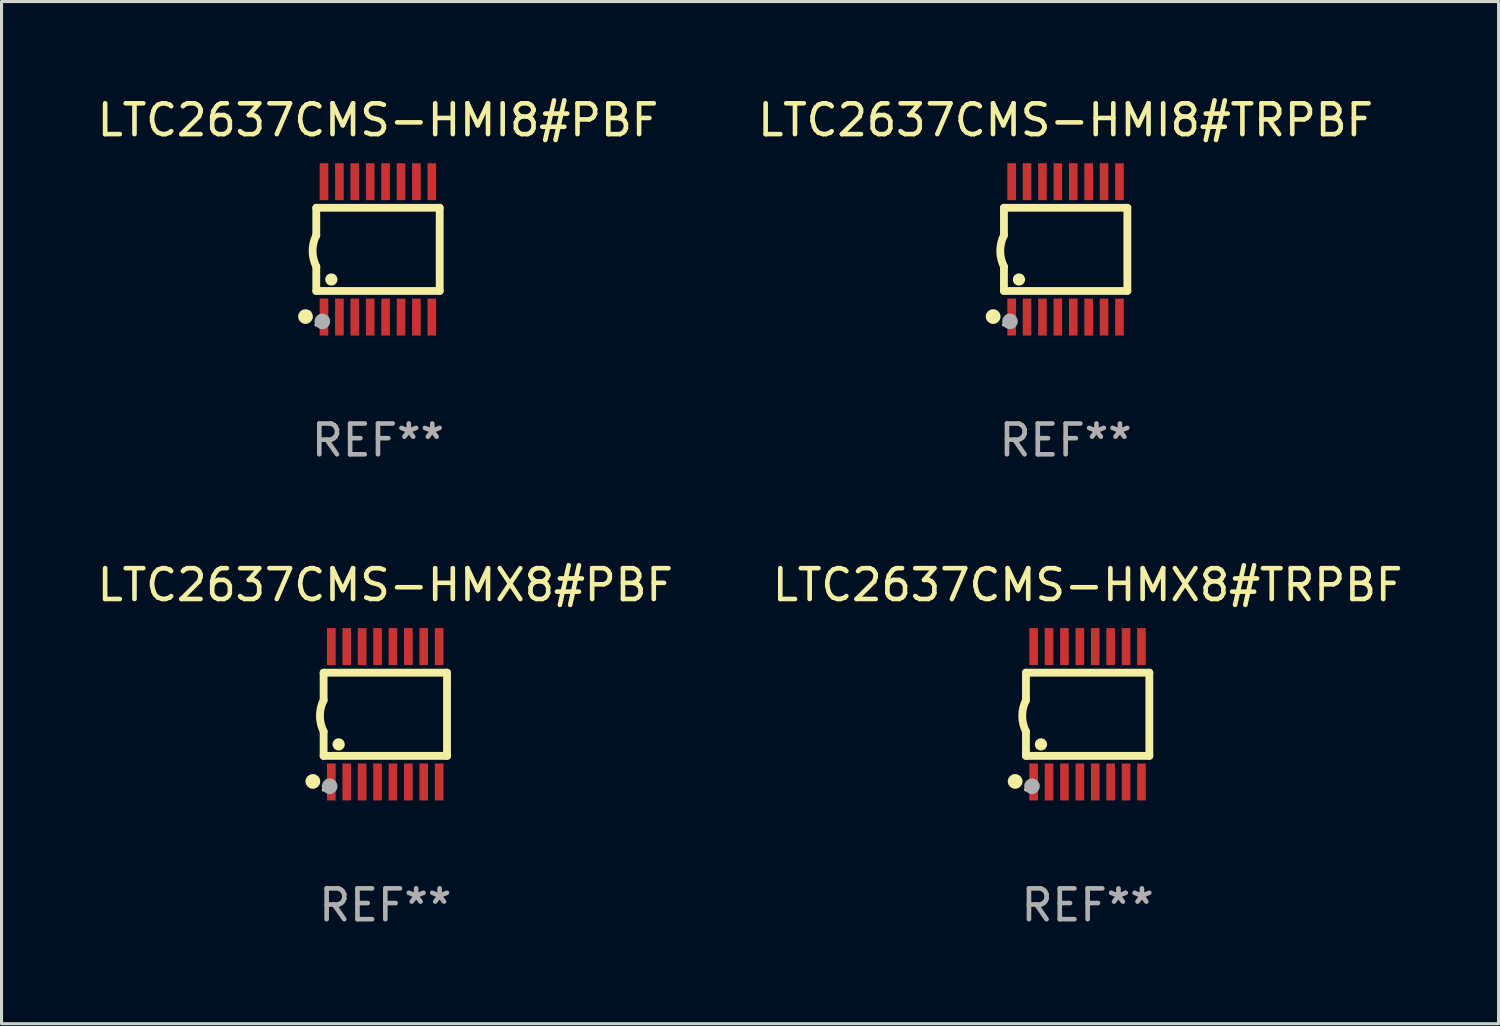
<source format=kicad_pcb>
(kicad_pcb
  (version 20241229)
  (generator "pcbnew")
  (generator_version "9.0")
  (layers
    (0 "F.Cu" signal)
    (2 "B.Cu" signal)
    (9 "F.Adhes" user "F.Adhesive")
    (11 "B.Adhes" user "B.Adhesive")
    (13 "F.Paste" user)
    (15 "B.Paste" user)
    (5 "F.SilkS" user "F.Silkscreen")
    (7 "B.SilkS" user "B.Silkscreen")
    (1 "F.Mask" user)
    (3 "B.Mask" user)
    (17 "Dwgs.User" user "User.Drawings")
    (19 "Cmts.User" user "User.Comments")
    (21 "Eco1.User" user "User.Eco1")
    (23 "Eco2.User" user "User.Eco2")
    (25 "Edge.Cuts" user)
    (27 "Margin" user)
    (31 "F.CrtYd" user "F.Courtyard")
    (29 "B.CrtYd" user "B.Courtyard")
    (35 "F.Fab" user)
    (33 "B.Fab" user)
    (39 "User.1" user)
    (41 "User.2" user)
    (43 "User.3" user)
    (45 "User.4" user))
  (footprint "LTC2637CMS-HMX8#PBF"
    (layer "F.Cu")
    (at 9.458 20.136)
    (property "Reference" "LTC2637CMS-HMX8#PBF" (at 0 -4.197 0) (layer "F.SilkS") (effects (font (size 1 1) (thickness 0.15))))
    (attr through_hole)
    (fp_line (start -2.003 -1.35) (end -2.003 -0.457) (stroke (width 0.254) (type solid)) (layer "F.SilkS"))
    (fp_line (start -2.003 -1.35) (end 2.003 -1.35) (stroke (width 0.254) (type solid)) (layer "F.SilkS"))
    (fp_line (start -2.003 1.35) (end -2.003 0.559) (stroke (width 0.254) (type solid)) (layer "F.SilkS"))
    (fp_line (start -2.003 1.35) (end 2.003 1.35) (stroke (width 0.254) (type solid)) (layer "F.SilkS"))
    (fp_line (start 2.003 -1.35) (end 2.003 1.35) (stroke (width 0.254) (type solid)) (layer "F.SilkS"))
    (fp_arc (start -2.002286 0.558802) (mid -2.122556 0.05092) (end -2.003302 -0.457201) (stroke (width 0.254001) (type solid)) (layer "F.SilkS"))
    (fp_circle (center -2.353 2.18) (end -2.233 2.18) (stroke (width 0.24) (type solid)) (fill no) (layer "F.SilkS"))
    (fp_circle (center -2.003 2.45) (end -1.973 2.45) (stroke (width 0.06) (type solid)) (fill no) (layer "F.SilkS"))
    (fp_circle (center -1.515 0.978) (end -1.415 0.978) (stroke (width 0.2) (type solid)) (fill no) (layer "F.SilkS"))
    (fp_circle (center -1.807 2.337) (end -1.68 2.337) (stroke (width 0.254) (type solid)) (fill no) (layer "F.Fab"))
    (fp_text user "REF**" (at 0 6.197 0) (layer "F.Fab") (effects (font (size 1 1) (thickness 0.15))))
    (pad "1" smd rect (at -1.753 2.197 90) (size 1.2 0.28) (layers "F.Cu" "F.Mask" "F.Paste"))
    (pad "2" smd rect (at -1.253 2.197 90) (size 1.2 0.28) (layers "F.Cu" "F.Mask" "F.Paste"))
    (pad "3" smd rect (at -0.753 2.197 90) (size 1.2 0.28) (layers "F.Cu" "F.Mask" "F.Paste"))
    (pad "4" smd rect (at -0.253 2.197 90) (size 1.2 0.28) (layers "F.Cu" "F.Mask" "F.Paste"))
    (pad "5" smd rect (at 0.247 2.197 90) (size 1.2 0.28) (layers "F.Cu" "F.Mask" "F.Paste"))
    (pad "6" smd rect (at 0.747 2.197 90) (size 1.2 0.28) (layers "F.Cu" "F.Mask" "F.Paste"))
    (pad "7" smd rect (at 1.247 2.197 90) (size 1.2 0.28) (layers "F.Cu" "F.Mask" "F.Paste"))
    (pad "8" smd rect (at 1.747 2.197 90) (size 1.2 0.28) (layers "F.Cu" "F.Mask" "F.Paste"))
    (pad "9" smd rect (at 1.747 -2.197 90) (size 1.2 0.28) (layers "F.Cu" "F.Mask" "F.Paste"))
    (pad "10" smd rect (at 1.247 -2.197 90) (size 1.2 0.28) (layers "F.Cu" "F.Mask" "F.Paste"))
    (pad "11" smd rect (at 0.747 -2.197 90) (size 1.2 0.28) (layers "F.Cu" "F.Mask" "F.Paste"))
    (pad "12" smd rect (at 0.247 -2.197 90) (size 1.2 0.28) (layers "F.Cu" "F.Mask" "F.Paste"))
    (pad "13" smd rect (at -0.253 -2.197 90) (size 1.2 0.28) (layers "F.Cu" "F.Mask" "F.Paste"))
    (pad "14" smd rect (at -0.753 -2.197 90) (size 1.2 0.28) (layers "F.Cu" "F.Mask" "F.Paste"))
    (pad "15" smd rect (at -1.253 -2.197 90) (size 1.2 0.28) (layers "F.Cu" "F.Mask" "F.Paste"))
    (pad "16" smd rect (at -1.753 -2.197 90) (size 1.2 0.28) (layers "F.Cu" "F.Mask" "F.Paste")))
  (footprint "LTC2637CMS-HMX8#TRPBF"
    (layer "F.Cu")
    (at 32.256 20.136)
    (property "Reference" "LTC2637CMS-HMX8#TRPBF" (at 0 -4.197 0) (layer "F.SilkS") (effects (font (size 1 1) (thickness 0.15))))
    (attr through_hole)
    (fp_line (start -2.003 -1.35) (end -2.003 -0.457) (stroke (width 0.254) (type solid)) (layer "F.SilkS"))
    (fp_line (start -2.003 -1.35) (end 2.003 -1.35) (stroke (width 0.254) (type solid)) (layer "F.SilkS"))
    (fp_line (start -2.003 1.35) (end -2.003 0.559) (stroke (width 0.254) (type solid)) (layer "F.SilkS"))
    (fp_line (start -2.003 1.35) (end 2.003 1.35) (stroke (width 0.254) (type solid)) (layer "F.SilkS"))
    (fp_line (start 2.003 -1.35) (end 2.003 1.35) (stroke (width 0.254) (type solid)) (layer "F.SilkS"))
    (fp_arc (start -2.002286 0.558802) (mid -2.122556 0.05092) (end -2.003302 -0.457201) (stroke (width 0.254001) (type solid)) (layer "F.SilkS"))
    (fp_circle (center -2.353 2.18) (end -2.233 2.18) (stroke (width 0.24) (type solid)) (fill no) (layer "F.SilkS"))
    (fp_circle (center -2.003 2.45) (end -1.973 2.45) (stroke (width 0.06) (type solid)) (fill no) (layer "F.SilkS"))
    (fp_circle (center -1.515 0.978) (end -1.415 0.978) (stroke (width 0.2) (type solid)) (fill no) (layer "F.SilkS"))
    (fp_circle (center -1.807 2.337) (end -1.68 2.337) (stroke (width 0.254) (type solid)) (fill no) (layer "F.Fab"))
    (fp_text user "REF**" (at 0 6.197 0) (layer "F.Fab") (effects (font (size 1 1) (thickness 0.15))))
    (pad "1" smd rect (at -1.753 2.197 90) (size 1.2 0.28) (layers "F.Cu" "F.Mask" "F.Paste"))
    (pad "2" smd rect (at -1.253 2.197 90) (size 1.2 0.28) (layers "F.Cu" "F.Mask" "F.Paste"))
    (pad "3" smd rect (at -0.753 2.197 90) (size 1.2 0.28) (layers "F.Cu" "F.Mask" "F.Paste"))
    (pad "4" smd rect (at -0.253 2.197 90) (size 1.2 0.28) (layers "F.Cu" "F.Mask" "F.Paste"))
    (pad "5" smd rect (at 0.247 2.197 90) (size 1.2 0.28) (layers "F.Cu" "F.Mask" "F.Paste"))
    (pad "6" smd rect (at 0.747 2.197 90) (size 1.2 0.28) (layers "F.Cu" "F.Mask" "F.Paste"))
    (pad "7" smd rect (at 1.247 2.197 90) (size 1.2 0.28) (layers "F.Cu" "F.Mask" "F.Paste"))
    (pad "8" smd rect (at 1.747 2.197 90) (size 1.2 0.28) (layers "F.Cu" "F.Mask" "F.Paste"))
    (pad "9" smd rect (at 1.747 -2.197 90) (size 1.2 0.28) (layers "F.Cu" "F.Mask" "F.Paste"))
    (pad "10" smd rect (at 1.247 -2.197 90) (size 1.2 0.28) (layers "F.Cu" "F.Mask" "F.Paste"))
    (pad "11" smd rect (at 0.747 -2.197 90) (size 1.2 0.28) (layers "F.Cu" "F.Mask" "F.Paste"))
    (pad "12" smd rect (at 0.247 -2.197 90) (size 1.2 0.28) (layers "F.Cu" "F.Mask" "F.Paste"))
    (pad "13" smd rect (at -0.253 -2.197 90) (size 1.2 0.28) (layers "F.Cu" "F.Mask" "F.Paste"))
    (pad "14" smd rect (at -0.753 -2.197 90) (size 1.2 0.28) (layers "F.Cu" "F.Mask" "F.Paste"))
    (pad "15" smd rect (at -1.253 -2.197 90) (size 1.2 0.28) (layers "F.Cu" "F.Mask" "F.Paste"))
    (pad "16" smd rect (at -1.753 -2.197 90) (size 1.2 0.28) (layers "F.Cu" "F.Mask" "F.Paste")))
  (footprint "LTC2637CMS-HMI8#PBF"
    (layer "F.Cu")
    (at 9.22 5.045)
    (property "Reference" "LTC2637CMS-HMI8#PBF" (at 0 -4.197 0) (layer "F.SilkS") (effects (font (size 1 1) (thickness 0.15))))
    (attr through_hole)
    (fp_line (start -2.003 -1.35) (end -2.003 -0.457) (stroke (width 0.254) (type solid)) (layer "F.SilkS"))
    (fp_line (start -2.003 -1.35) (end 2.003 -1.35) (stroke (width 0.254) (type solid)) (layer "F.SilkS"))
    (fp_line (start -2.003 1.35) (end -2.003 0.559) (stroke (width 0.254) (type solid)) (layer "F.SilkS"))
    (fp_line (start -2.003 1.35) (end 2.003 1.35) (stroke (width 0.254) (type solid)) (layer "F.SilkS"))
    (fp_line (start 2.003 -1.35) (end 2.003 1.35) (stroke (width 0.254) (type solid)) (layer "F.SilkS"))
    (fp_arc (start -2.002286 0.558802) (mid -2.122556 0.05092) (end -2.003302 -0.457201) (stroke (width 0.254001) (type solid)) (layer "F.SilkS"))
    (fp_circle (center -2.353 2.18) (end -2.233 2.18) (stroke (width 0.24) (type solid)) (fill no) (layer "F.SilkS"))
    (fp_circle (center -2.003 2.45) (end -1.973 2.45) (stroke (width 0.06) (type solid)) (fill no) (layer "F.SilkS"))
    (fp_circle (center -1.515 0.978) (end -1.415 0.978) (stroke (width 0.2) (type solid)) (fill no) (layer "F.SilkS"))
    (fp_circle (center -1.807 2.337) (end -1.68 2.337) (stroke (width 0.254) (type solid)) (fill no) (layer "F.Fab"))
    (fp_text user "REF**" (at 0 6.197 0) (layer "F.Fab") (effects (font (size 1 1) (thickness 0.15))))
    (pad "1" smd rect (at -1.753 2.197 90) (size 1.2 0.28) (layers "F.Cu" "F.Mask" "F.Paste"))
    (pad "2" smd rect (at -1.253 2.197 90) (size 1.2 0.28) (layers "F.Cu" "F.Mask" "F.Paste"))
    (pad "3" smd rect (at -0.753 2.197 90) (size 1.2 0.28) (layers "F.Cu" "F.Mask" "F.Paste"))
    (pad "4" smd rect (at -0.253 2.197 90) (size 1.2 0.28) (layers "F.Cu" "F.Mask" "F.Paste"))
    (pad "5" smd rect (at 0.247 2.197 90) (size 1.2 0.28) (layers "F.Cu" "F.Mask" "F.Paste"))
    (pad "6" smd rect (at 0.747 2.197 90) (size 1.2 0.28) (layers "F.Cu" "F.Mask" "F.Paste"))
    (pad "7" smd rect (at 1.247 2.197 90) (size 1.2 0.28) (layers "F.Cu" "F.Mask" "F.Paste"))
    (pad "8" smd rect (at 1.747 2.197 90) (size 1.2 0.28) (layers "F.Cu" "F.Mask" "F.Paste"))
    (pad "9" smd rect (at 1.747 -2.197 90) (size 1.2 0.28) (layers "F.Cu" "F.Mask" "F.Paste"))
    (pad "10" smd rect (at 1.247 -2.197 90) (size 1.2 0.28) (layers "F.Cu" "F.Mask" "F.Paste"))
    (pad "11" smd rect (at 0.747 -2.197 90) (size 1.2 0.28) (layers "F.Cu" "F.Mask" "F.Paste"))
    (pad "12" smd rect (at 0.247 -2.197 90) (size 1.2 0.28) (layers "F.Cu" "F.Mask" "F.Paste"))
    (pad "13" smd rect (at -0.253 -2.197 90) (size 1.2 0.28) (layers "F.Cu" "F.Mask" "F.Paste"))
    (pad "14" smd rect (at -0.753 -2.197 90) (size 1.2 0.28) (layers "F.Cu" "F.Mask" "F.Paste"))
    (pad "15" smd rect (at -1.253 -2.197 90) (size 1.2 0.28) (layers "F.Cu" "F.Mask" "F.Paste"))
    (pad "16" smd rect (at -1.753 -2.197 90) (size 1.2 0.28) (layers "F.Cu" "F.Mask" "F.Paste")))
  (footprint "LTC2637CMS-HMI8#TRPBF"
    (layer "F.Cu")
    (at 31.542 5.045)
    (property "Reference" "LTC2637CMS-HMI8#TRPBF" (at 0 -4.197 0) (layer "F.SilkS") (effects (font (size 1 1) (thickness 0.15))))
    (attr through_hole)
    (fp_line (start -2.003 -1.35) (end -2.003 -0.457) (stroke (width 0.254) (type solid)) (layer "F.SilkS"))
    (fp_line (start -2.003 -1.35) (end 2.003 -1.35) (stroke (width 0.254) (type solid)) (layer "F.SilkS"))
    (fp_line (start -2.003 1.35) (end -2.003 0.559) (stroke (width 0.254) (type solid)) (layer "F.SilkS"))
    (fp_line (start -2.003 1.35) (end 2.003 1.35) (stroke (width 0.254) (type solid)) (layer "F.SilkS"))
    (fp_line (start 2.003 -1.35) (end 2.003 1.35) (stroke (width 0.254) (type solid)) (layer "F.SilkS"))
    (fp_arc (start -2.002286 0.558802) (mid -2.122556 0.05092) (end -2.003302 -0.457201) (stroke (width 0.254001) (type solid)) (layer "F.SilkS"))
    (fp_circle (center -2.353 2.18) (end -2.233 2.18) (stroke (width 0.24) (type solid)) (fill no) (layer "F.SilkS"))
    (fp_circle (center -2.003 2.45) (end -1.973 2.45) (stroke (width 0.06) (type solid)) (fill no) (layer "F.SilkS"))
    (fp_circle (center -1.515 0.978) (end -1.415 0.978) (stroke (width 0.2) (type solid)) (fill no) (layer "F.SilkS"))
    (fp_circle (center -1.807 2.337) (end -1.68 2.337) (stroke (width 0.254) (type solid)) (fill no) (layer "F.Fab"))
    (fp_text user "REF**" (at 0 6.197 0) (layer "F.Fab") (effects (font (size 1 1) (thickness 0.15))))
    (pad "1" smd rect (at -1.753 2.197 90) (size 1.2 0.28) (layers "F.Cu" "F.Mask" "F.Paste"))
    (pad "2" smd rect (at -1.253 2.197 90) (size 1.2 0.28) (layers "F.Cu" "F.Mask" "F.Paste"))
    (pad "3" smd rect (at -0.753 2.197 90) (size 1.2 0.28) (layers "F.Cu" "F.Mask" "F.Paste"))
    (pad "4" smd rect (at -0.253 2.197 90) (size 1.2 0.28) (layers "F.Cu" "F.Mask" "F.Paste"))
    (pad "5" smd rect (at 0.247 2.197 90) (size 1.2 0.28) (layers "F.Cu" "F.Mask" "F.Paste"))
    (pad "6" smd rect (at 0.747 2.197 90) (size 1.2 0.28) (layers "F.Cu" "F.Mask" "F.Paste"))
    (pad "7" smd rect (at 1.247 2.197 90) (size 1.2 0.28) (layers "F.Cu" "F.Mask" "F.Paste"))
    (pad "8" smd rect (at 1.747 2.197 90) (size 1.2 0.28) (layers "F.Cu" "F.Mask" "F.Paste"))
    (pad "9" smd rect (at 1.747 -2.197 90) (size 1.2 0.28) (layers "F.Cu" "F.Mask" "F.Paste"))
    (pad "10" smd rect (at 1.247 -2.197 90) (size 1.2 0.28) (layers "F.Cu" "F.Mask" "F.Paste"))
    (pad "11" smd rect (at 0.747 -2.197 90) (size 1.2 0.28) (layers "F.Cu" "F.Mask" "F.Paste"))
    (pad "12" smd rect (at 0.247 -2.197 90) (size 1.2 0.28) (layers "F.Cu" "F.Mask" "F.Paste"))
    (pad "13" smd rect (at -0.253 -2.197 90) (size 1.2 0.28) (layers "F.Cu" "F.Mask" "F.Paste"))
    (pad "14" smd rect (at -0.753 -2.197 90) (size 1.2 0.28) (layers "F.Cu" "F.Mask" "F.Paste"))
    (pad "15" smd rect (at -1.253 -2.197 90) (size 1.2 0.28) (layers "F.Cu" "F.Mask" "F.Paste"))
    (pad "16" smd rect (at -1.753 -2.197 90) (size 1.2 0.28) (layers "F.Cu" "F.Mask" "F.Paste")))
  (gr_rect
    (start -3 -3)
    (end 45.595 30.181)
    (stroke (width 0.1) (type default))
    (fill no)
    (layer "Edge.Cuts")))
</source>
